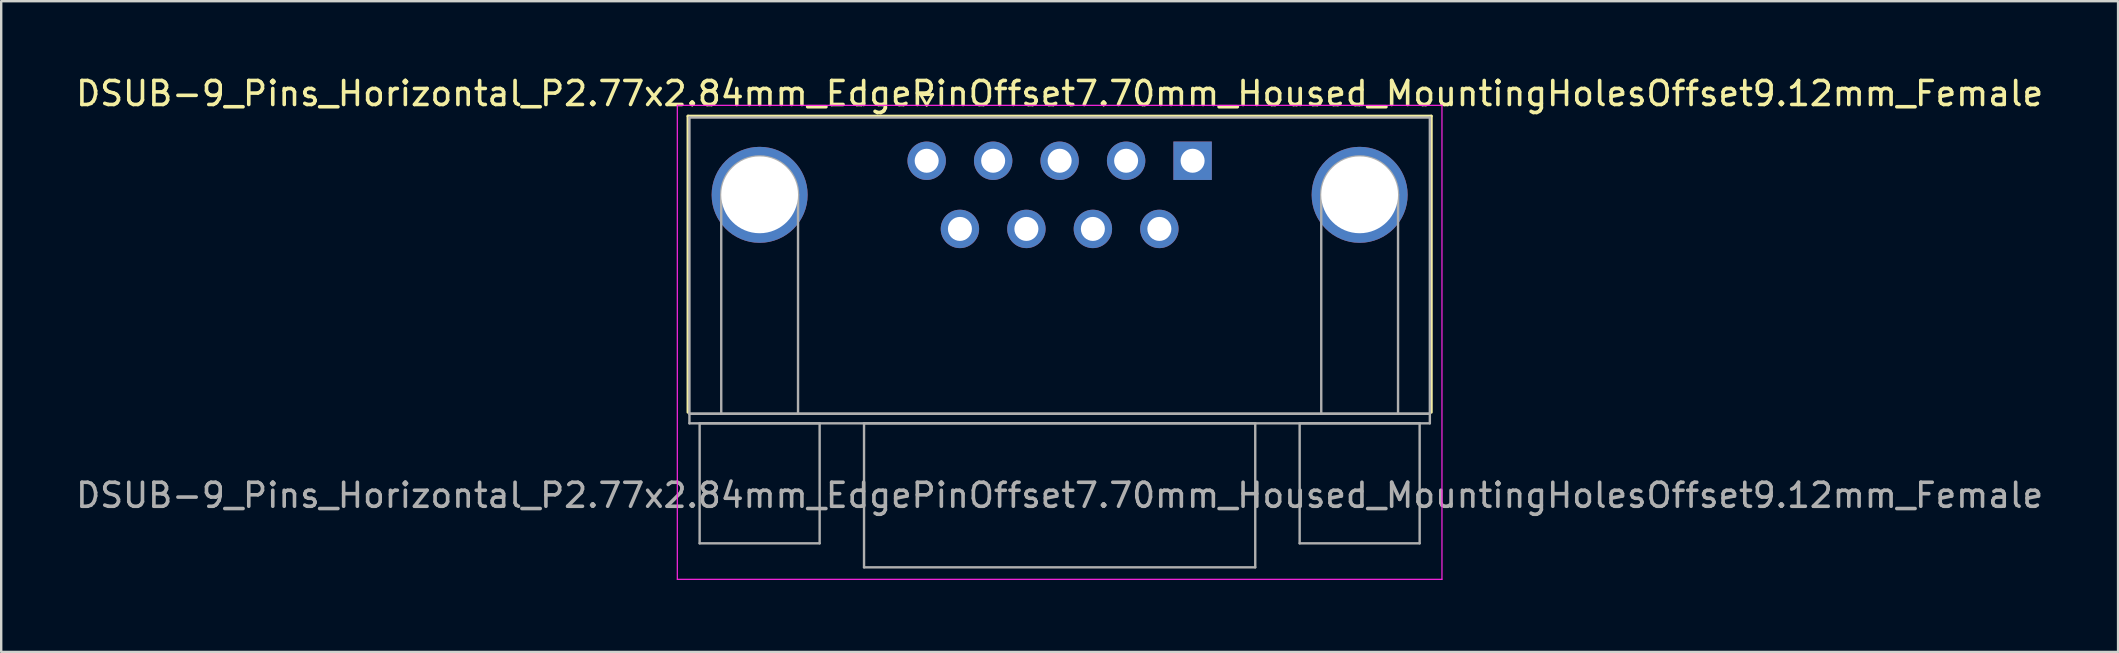
<source format=kicad_pcb>
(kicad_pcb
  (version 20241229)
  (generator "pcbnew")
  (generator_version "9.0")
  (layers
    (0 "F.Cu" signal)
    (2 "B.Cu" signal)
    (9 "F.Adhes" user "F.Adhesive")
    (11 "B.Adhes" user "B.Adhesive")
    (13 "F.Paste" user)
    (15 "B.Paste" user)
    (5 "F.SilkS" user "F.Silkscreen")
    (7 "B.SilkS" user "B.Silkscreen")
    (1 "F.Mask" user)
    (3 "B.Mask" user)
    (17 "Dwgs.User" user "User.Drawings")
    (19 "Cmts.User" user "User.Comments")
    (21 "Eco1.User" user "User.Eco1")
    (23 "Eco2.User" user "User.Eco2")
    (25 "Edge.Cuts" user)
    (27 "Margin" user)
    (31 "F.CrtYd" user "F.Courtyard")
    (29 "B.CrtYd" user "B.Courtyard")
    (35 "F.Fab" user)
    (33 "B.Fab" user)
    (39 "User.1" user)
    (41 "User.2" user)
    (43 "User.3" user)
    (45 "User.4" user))
  (footprint "DSUB-9_Pins_Horizontal_P2.77x2.84mm_EdgePinOffset7.70mm_Housed_MountingHolesOffset9.12mm_Female"
    (layer "F.Cu")
    (at 35.561 3.648)
    (property "Reference" "DSUB-9_Pins_Horizontal_P2.77x2.84mm_EdgePinOffset7.70mm_Housed_MountingHolesOffset9.12mm_Female" (at 5.54 -2.8 0) (layer "F.SilkS") (effects (font (size 1 1) (thickness 0.15))))
    (attr through_hole)
    (fp_line (start -9.945 -1.86) (end 21.025 -1.86) (stroke (width 0.12) (type solid)) (layer "F.SilkS"))
    (fp_line (start -9.945 10.48) (end -9.945 -1.86) (stroke (width 0.12) (type solid)) (layer "F.SilkS"))
    (fp_line (start -0.25 -2.754) (end 0.25 -2.754) (stroke (width 0.12) (type solid)) (layer "F.SilkS"))
    (fp_line (start 0 -2.321) (end -0.25 -2.754) (stroke (width 0.12) (type solid)) (layer "F.SilkS"))
    (fp_line (start 0.25 -2.754) (end 0 -2.321) (stroke (width 0.12) (type solid)) (layer "F.SilkS"))
    (fp_line (start 21.025 -1.86) (end 21.025 10.48) (stroke (width 0.12) (type solid)) (layer "F.SilkS"))
    (fp_line (start -10.39 -2.31) (end -10.39 17.44) (stroke (width 0.05) (type solid)) (layer "F.CrtYd"))
    (fp_line (start -10.39 17.44) (end 21.47 17.44) (stroke (width 0.05) (type solid)) (layer "F.CrtYd"))
    (fp_line (start 21.47 -2.31) (end -10.39 -2.31) (stroke (width 0.05) (type solid)) (layer "F.CrtYd"))
    (fp_line (start 21.47 17.44) (end 21.47 -2.31) (stroke (width 0.05) (type solid)) (layer "F.CrtYd"))
    (fp_line (start -9.885 -1.8) (end -9.885 10.54) (stroke (width 0.1) (type solid)) (layer "F.Fab"))
    (fp_line (start -9.885 10.54) (end -9.885 10.94) (stroke (width 0.1) (type solid)) (layer "F.Fab"))
    (fp_line (start -9.885 10.54) (end 20.965 10.54) (stroke (width 0.1) (type solid)) (layer "F.Fab"))
    (fp_line (start -9.885 10.94) (end 20.965 10.94) (stroke (width 0.1) (type solid)) (layer "F.Fab"))
    (fp_line (start -9.46 10.94) (end -9.46 15.94) (stroke (width 0.1) (type solid)) (layer "F.Fab"))
    (fp_line (start -9.46 15.94) (end -4.46 15.94) (stroke (width 0.1) (type solid)) (layer "F.Fab"))
    (fp_line (start -8.56 10.54) (end -8.56 1.42) (stroke (width 0.1) (type solid)) (layer "F.Fab"))
    (fp_line (start -5.36 10.54) (end -5.36 1.42) (stroke (width 0.1) (type solid)) (layer "F.Fab"))
    (fp_line (start -4.46 10.94) (end -9.46 10.94) (stroke (width 0.1) (type solid)) (layer "F.Fab"))
    (fp_line (start -4.46 15.94) (end -4.46 10.94) (stroke (width 0.1) (type solid)) (layer "F.Fab"))
    (fp_line (start -2.61 10.94) (end -2.61 16.94) (stroke (width 0.1) (type solid)) (layer "F.Fab"))
    (fp_line (start -2.61 16.94) (end 13.69 16.94) (stroke (width 0.1) (type solid)) (layer "F.Fab"))
    (fp_line (start 13.69 10.94) (end -2.61 10.94) (stroke (width 0.1) (type solid)) (layer "F.Fab"))
    (fp_line (start 13.69 16.94) (end 13.69 10.94) (stroke (width 0.1) (type solid)) (layer "F.Fab"))
    (fp_line (start 15.54 10.94) (end 15.54 15.94) (stroke (width 0.1) (type solid)) (layer "F.Fab"))
    (fp_line (start 15.54 15.94) (end 20.54 15.94) (stroke (width 0.1) (type solid)) (layer "F.Fab"))
    (fp_line (start 16.44 10.54) (end 16.44 1.42) (stroke (width 0.1) (type solid)) (layer "F.Fab"))
    (fp_line (start 19.64 10.54) (end 19.64 1.42) (stroke (width 0.1) (type solid)) (layer "F.Fab"))
    (fp_line (start 20.54 10.94) (end 15.54 10.94) (stroke (width 0.1) (type solid)) (layer "F.Fab"))
    (fp_line (start 20.54 15.94) (end 20.54 10.94) (stroke (width 0.1) (type solid)) (layer "F.Fab"))
    (fp_line (start 20.965 -1.8) (end -9.885 -1.8) (stroke (width 0.1) (type solid)) (layer "F.Fab"))
    (fp_line (start 20.965 10.54) (end -9.885 10.54) (stroke (width 0.1) (type solid)) (layer "F.Fab"))
    (fp_line (start 20.965 10.54) (end 20.965 -1.8) (stroke (width 0.1) (type solid)) (layer "F.Fab"))
    (fp_line (start 20.965 10.94) (end 20.965 10.54) (stroke (width 0.1) (type solid)) (layer "F.Fab"))
    (fp_arc (start -8.56 1.42) (mid -6.96 -0.18) (end -5.36 1.42) (stroke (width 0.1) (type solid)) (layer "F.Fab"))
    (fp_arc (start 16.44 1.42) (mid 18.04 -0.18) (end 19.64 1.42) (stroke (width 0.1) (type solid)) (layer "F.Fab"))
    (fp_text user "${REFERENCE}" (at 5.54 13.94 0) (layer "F.Fab") (effects (font (size 1 1) (thickness 0.15))))
    (pad "0" thru_hole circle (at -6.96 1.42) (size 4 4) (drill 3.2) (layers "*.Cu" "*.Mask"))
    (pad "0" thru_hole circle (at 18.04 1.42) (size 4 4) (drill 3.2) (layers "*.Cu" "*.Mask"))
    (pad "1" thru_hole rect (at 11.08 0) (size 1.6 1.6) (drill 1) (layers "*.Cu" "*.Mask"))
    (pad "2" thru_hole circle (at 8.31 0) (size 1.6 1.6) (drill 1) (layers "*.Cu" "*.Mask"))
    (pad "3" thru_hole circle (at 5.54 0) (size 1.6 1.6) (drill 1) (layers "*.Cu" "*.Mask"))
    (pad "4" thru_hole circle (at 2.77 0) (size 1.6 1.6) (drill 1) (layers "*.Cu" "*.Mask"))
    (pad "5" thru_hole circle (at 0 0) (size 1.6 1.6) (drill 1) (layers "*.Cu" "*.Mask"))
    (pad "6" thru_hole circle (at 9.695 2.84) (size 1.6 1.6) (drill 1) (layers "*.Cu" "*.Mask"))
    (pad "7" thru_hole circle (at 6.925 2.84) (size 1.6 1.6) (drill 1) (layers "*.Cu" "*.Mask"))
    (pad "8" thru_hole circle (at 4.155 2.84) (size 1.6 1.6) (drill 1) (layers "*.Cu" "*.Mask"))
    (pad "9" thru_hole circle (at 1.385 2.84) (size 1.6 1.6) (drill 1) (layers "*.Cu" "*.Mask")))
  (gr_rect
    (start -3 -3)
    (end 85.202 24.113)
    (stroke (width 0.1) (type default))
    (fill no)
    (layer "Edge.Cuts")))
</source>
